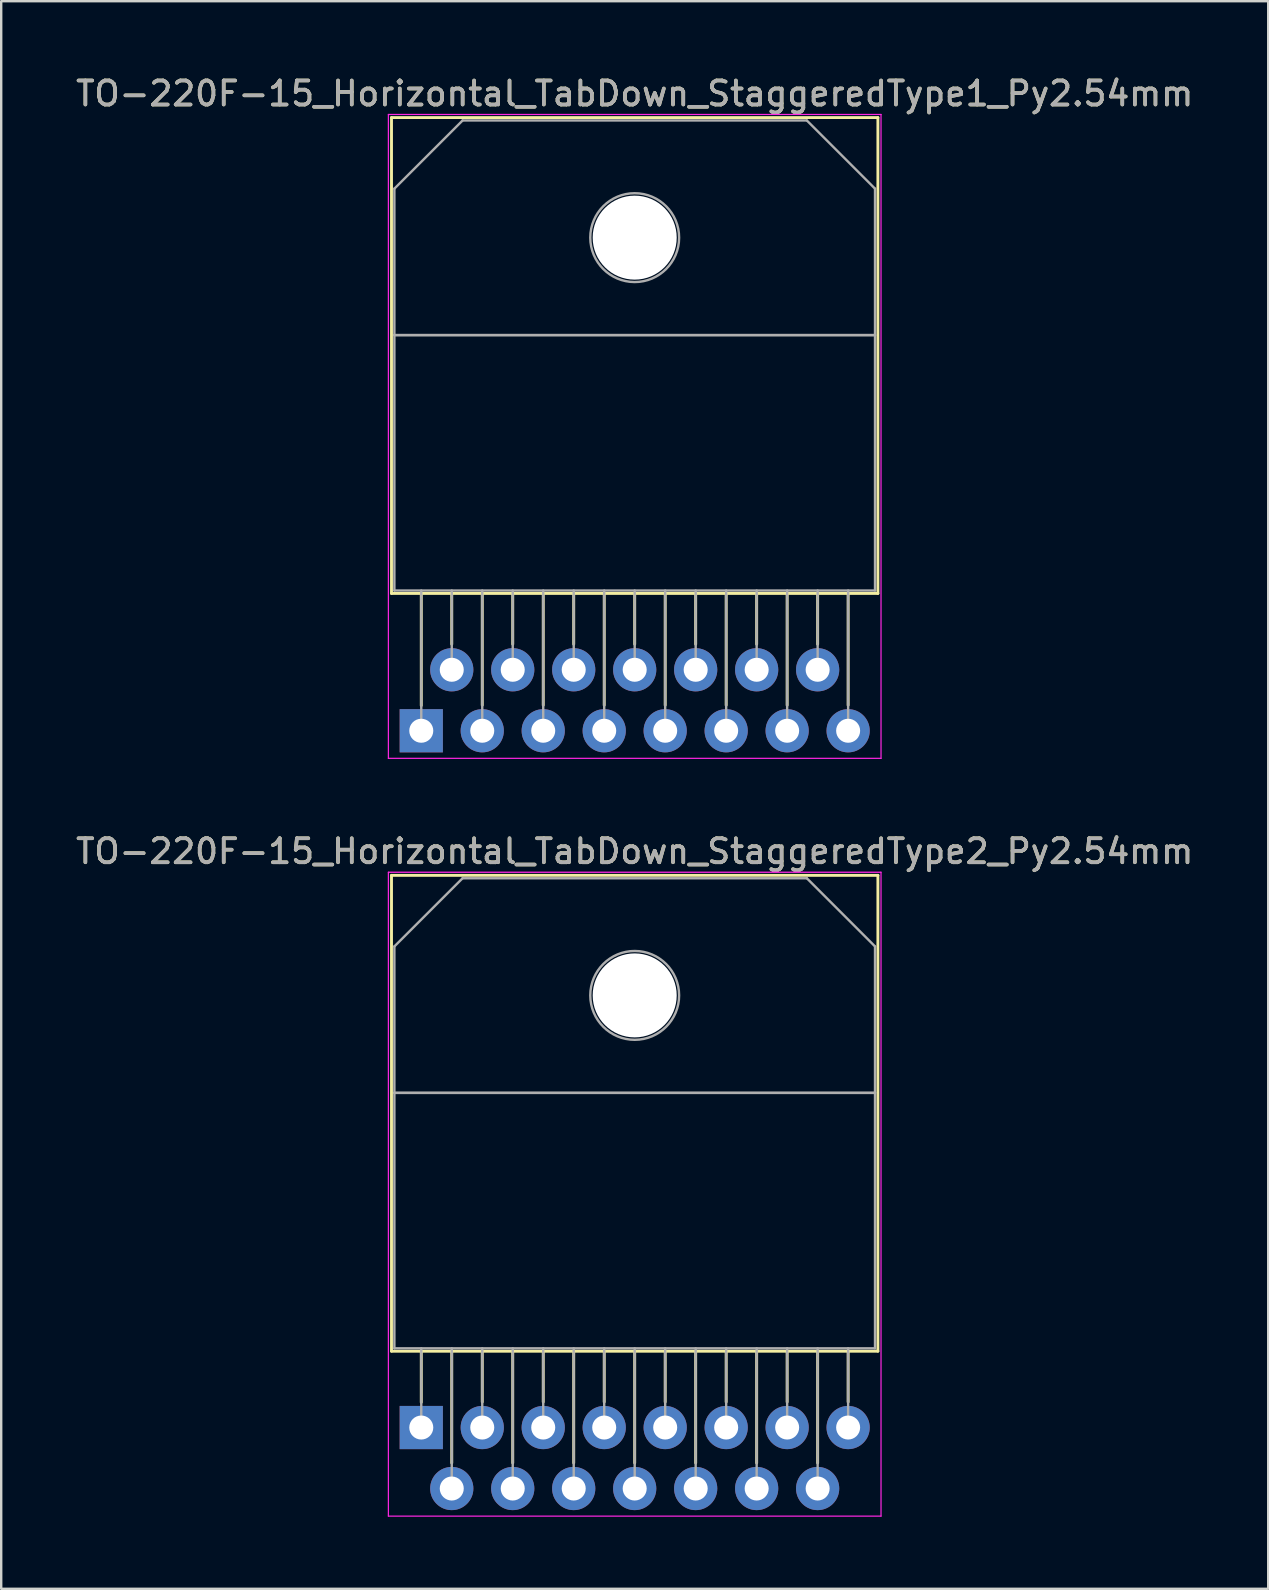
<source format=kicad_pcb>
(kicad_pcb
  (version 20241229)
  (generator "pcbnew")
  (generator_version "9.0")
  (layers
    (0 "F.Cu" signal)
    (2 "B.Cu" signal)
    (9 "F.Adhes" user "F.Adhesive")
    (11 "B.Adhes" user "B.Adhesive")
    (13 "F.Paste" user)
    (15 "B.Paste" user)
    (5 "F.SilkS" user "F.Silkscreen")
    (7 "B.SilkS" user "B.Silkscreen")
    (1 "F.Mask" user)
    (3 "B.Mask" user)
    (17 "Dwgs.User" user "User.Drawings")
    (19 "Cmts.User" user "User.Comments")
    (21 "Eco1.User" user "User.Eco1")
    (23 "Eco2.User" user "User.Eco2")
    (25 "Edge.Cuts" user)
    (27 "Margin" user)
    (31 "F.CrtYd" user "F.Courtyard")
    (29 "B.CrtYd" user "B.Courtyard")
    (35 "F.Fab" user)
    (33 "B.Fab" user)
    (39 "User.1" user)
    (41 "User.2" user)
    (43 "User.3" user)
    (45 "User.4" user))
  (footprint "TO-220F-15_Horizontal_TabDown_StaggeredType2_Py2.54mm"
    (layer "F.Cu")
    (at 14.497 56.411)
    (property "Reference" "TO-220F-15_Horizontal_TabDown_StaggeredType2_Py2.54mm" (at 8.89 -24 0) (layer "F.SilkS") (effects (font (size 1 1) (thickness 0.15))))
    (attr through_hole)
    (fp_line (start -1.24 -23) (end -1.24 -3.18) (stroke (width 0.12) (type solid)) (layer "F.SilkS"))
    (fp_line (start -1.24 -23) (end 19.02 -23) (stroke (width 0.12) (type solid)) (layer "F.SilkS"))
    (fp_line (start -1.24 -3.18) (end 19.02 -3.18) (stroke (width 0.12) (type solid)) (layer "F.SilkS"))
    (fp_line (start 0 -3.18) (end 0 -1.05) (stroke (width 0.12) (type solid)) (layer "F.SilkS"))
    (fp_line (start 1.27 -3.18) (end 1.27 1.475) (stroke (width 0.12) (type solid)) (layer "F.SilkS"))
    (fp_line (start 2.54 -3.18) (end 2.54 -1.066) (stroke (width 0.12) (type solid)) (layer "F.SilkS"))
    (fp_line (start 3.81 -3.18) (end 3.81 1.475) (stroke (width 0.12) (type solid)) (layer "F.SilkS"))
    (fp_line (start 5.08 -3.18) (end 5.08 -1.066) (stroke (width 0.12) (type solid)) (layer "F.SilkS"))
    (fp_line (start 6.35 -3.18) (end 6.35 1.475) (stroke (width 0.12) (type solid)) (layer "F.SilkS"))
    (fp_line (start 7.62 -3.18) (end 7.62 -1.066) (stroke (width 0.12) (type solid)) (layer "F.SilkS"))
    (fp_line (start 8.89 -3.18) (end 8.89 1.475) (stroke (width 0.12) (type solid)) (layer "F.SilkS"))
    (fp_line (start 10.16 -3.18) (end 10.16 -1.066) (stroke (width 0.12) (type solid)) (layer "F.SilkS"))
    (fp_line (start 11.43 -3.18) (end 11.43 1.475) (stroke (width 0.12) (type solid)) (layer "F.SilkS"))
    (fp_line (start 12.7 -3.18) (end 12.7 -1.066) (stroke (width 0.12) (type solid)) (layer "F.SilkS"))
    (fp_line (start 13.97 -3.18) (end 13.97 1.475) (stroke (width 0.12) (type solid)) (layer "F.SilkS"))
    (fp_line (start 15.24 -3.18) (end 15.24 -1.066) (stroke (width 0.12) (type solid)) (layer "F.SilkS"))
    (fp_line (start 16.51 -3.18) (end 16.51 1.475) (stroke (width 0.12) (type solid)) (layer "F.SilkS"))
    (fp_line (start 17.78 -3.18) (end 17.78 -1.066) (stroke (width 0.12) (type solid)) (layer "F.SilkS"))
    (fp_line (start 19.02 -23) (end 19.02 -3.18) (stroke (width 0.12) (type solid)) (layer "F.SilkS"))
    (fp_line (start -1.37 -23.13) (end -1.37 3.69) (stroke (width 0.05) (type solid)) (layer "F.CrtYd"))
    (fp_line (start -1.37 3.69) (end 19.15 3.69) (stroke (width 0.05) (type solid)) (layer "F.CrtYd"))
    (fp_line (start 19.15 -23.13) (end -1.37 -23.13) (stroke (width 0.05) (type solid)) (layer "F.CrtYd"))
    (fp_line (start 19.15 3.69) (end 19.15 -23.13) (stroke (width 0.05) (type solid)) (layer "F.CrtYd"))
    (fp_line (start -1.12 -20.04) (end 1.721 -22.88) (stroke (width 0.1) (type solid)) (layer "F.Fab"))
    (fp_line (start -1.12 -13.941) (end -1.12 -20.04) (stroke (width 0.1) (type solid)) (layer "F.Fab"))
    (fp_line (start -1.12 -13.94) (end 18.9 -13.94) (stroke (width 0.1) (type solid)) (layer "F.Fab"))
    (fp_line (start -1.12 -3.3) (end -1.12 -13.94) (stroke (width 0.1) (type solid)) (layer "F.Fab"))
    (fp_line (start 0 -3.3) (end 0 0) (stroke (width 0.1) (type solid)) (layer "F.Fab"))
    (fp_line (start 1.27 -3.3) (end 1.27 2.54) (stroke (width 0.1) (type solid)) (layer "F.Fab"))
    (fp_line (start 1.721 -22.88) (end 16.06 -22.88) (stroke (width 0.1) (type solid)) (layer "F.Fab"))
    (fp_line (start 2.54 -3.3) (end 2.54 0) (stroke (width 0.1) (type solid)) (layer "F.Fab"))
    (fp_line (start 3.81 -3.3) (end 3.81 2.54) (stroke (width 0.1) (type solid)) (layer "F.Fab"))
    (fp_line (start 5.08 -3.3) (end 5.08 0) (stroke (width 0.1) (type solid)) (layer "F.Fab"))
    (fp_line (start 6.35 -3.3) (end 6.35 2.54) (stroke (width 0.1) (type solid)) (layer "F.Fab"))
    (fp_line (start 7.62 -3.3) (end 7.62 0) (stroke (width 0.1) (type solid)) (layer "F.Fab"))
    (fp_line (start 8.89 -3.3) (end 8.89 2.54) (stroke (width 0.1) (type solid)) (layer "F.Fab"))
    (fp_line (start 10.16 -3.3) (end 10.16 0) (stroke (width 0.1) (type solid)) (layer "F.Fab"))
    (fp_line (start 11.43 -3.3) (end 11.43 2.54) (stroke (width 0.1) (type solid)) (layer "F.Fab"))
    (fp_line (start 12.7 -3.3) (end 12.7 0) (stroke (width 0.1) (type solid)) (layer "F.Fab"))
    (fp_line (start 13.97 -3.3) (end 13.97 2.54) (stroke (width 0.1) (type solid)) (layer "F.Fab"))
    (fp_line (start 15.24 -3.3) (end 15.24 0) (stroke (width 0.1) (type solid)) (layer "F.Fab"))
    (fp_line (start 16.06 -22.88) (end 18.9 -20.04) (stroke (width 0.1) (type solid)) (layer "F.Fab"))
    (fp_line (start 16.51 -3.3) (end 16.51 2.54) (stroke (width 0.1) (type solid)) (layer "F.Fab"))
    (fp_line (start 17.78 -3.3) (end 17.78 0) (stroke (width 0.1) (type solid)) (layer "F.Fab"))
    (fp_line (start 18.9 -20.04) (end 18.9 -13.941) (stroke (width 0.1) (type solid)) (layer "F.Fab"))
    (fp_line (start 18.9 -13.941) (end -1.12 -13.941) (stroke (width 0.1) (type solid)) (layer "F.Fab"))
    (fp_line (start 18.9 -13.94) (end 18.9 -3.3) (stroke (width 0.1) (type solid)) (layer "F.Fab"))
    (fp_line (start 18.9 -3.3) (end -1.12 -3.3) (stroke (width 0.1) (type solid)) (layer "F.Fab"))
    (fp_circle (center 8.89 -18) (end 10.74 -18) (stroke (width 0.1) (type solid)) (fill no) (layer "F.Fab"))
    (fp_text user "${REFERENCE}" (at 8.89 -24 0) (layer "F.Fab") (effects (font (size 1 1) (thickness 0.15))))
    (pad "" np_thru_hole oval (at 8.89 -18) (size 3.5 3.5) (drill 3.5) (layers "*.Cu" "*.Mask"))
    (pad "1" thru_hole rect (at 0 0) (size 1.8 1.8) (drill 1) (layers "*.Cu" "*.Mask"))
    (pad "2" thru_hole oval (at 1.27 2.54) (size 1.8 1.8) (drill 1) (layers "*.Cu" "*.Mask"))
    (pad "3" thru_hole oval (at 2.54 0) (size 1.8 1.8) (drill 1) (layers "*.Cu" "*.Mask"))
    (pad "4" thru_hole oval (at 3.81 2.54) (size 1.8 1.8) (drill 1) (layers "*.Cu" "*.Mask"))
    (pad "5" thru_hole oval (at 5.08 0) (size 1.8 1.8) (drill 1) (layers "*.Cu" "*.Mask"))
    (pad "6" thru_hole oval (at 6.35 2.54) (size 1.8 1.8) (drill 1) (layers "*.Cu" "*.Mask"))
    (pad "7" thru_hole oval (at 7.62 0) (size 1.8 1.8) (drill 1) (layers "*.Cu" "*.Mask"))
    (pad "8" thru_hole oval (at 8.89 2.54) (size 1.8 1.8) (drill 1) (layers "*.Cu" "*.Mask"))
    (pad "9" thru_hole oval (at 10.16 0) (size 1.8 1.8) (drill 1) (layers "*.Cu" "*.Mask"))
    (pad "10" thru_hole oval (at 11.43 2.54) (size 1.8 1.8) (drill 1) (layers "*.Cu" "*.Mask"))
    (pad "11" thru_hole oval (at 12.7 0) (size 1.8 1.8) (drill 1) (layers "*.Cu" "*.Mask"))
    (pad "12" thru_hole oval (at 13.97 2.54) (size 1.8 1.8) (drill 1) (layers "*.Cu" "*.Mask"))
    (pad "13" thru_hole oval (at 15.24 0) (size 1.8 1.8) (drill 1) (layers "*.Cu" "*.Mask"))
    (pad "14" thru_hole oval (at 16.51 2.54) (size 1.8 1.8) (drill 1) (layers "*.Cu" "*.Mask"))
    (pad "15" thru_hole oval (at 17.78 0) (size 1.8 1.8) (drill 1) (layers "*.Cu" "*.Mask")))
  (footprint "TO-220F-15_Horizontal_TabDown_StaggeredType1_Py2.54mm"
    (layer "F.Cu")
    (at 14.497 27.388)
    (property "Reference" "TO-220F-15_Horizontal_TabDown_StaggeredType1_Py2.54mm" (at 8.89 -26.54 0) (layer "F.SilkS") (effects (font (size 1 1) (thickness 0.15))))
    (attr through_hole)
    (fp_line (start -1.24 -25.54) (end -1.24 -5.72) (stroke (width 0.12) (type solid)) (layer "F.SilkS"))
    (fp_line (start -1.24 -25.54) (end 19.02 -25.54) (stroke (width 0.12) (type solid)) (layer "F.SilkS"))
    (fp_line (start -1.24 -5.72) (end 19.02 -5.72) (stroke (width 0.12) (type solid)) (layer "F.SilkS"))
    (fp_line (start 0 -5.72) (end 0 -1.05) (stroke (width 0.12) (type solid)) (layer "F.SilkS"))
    (fp_line (start 1.27 -5.72) (end 1.27 -3.606) (stroke (width 0.12) (type solid)) (layer "F.SilkS"))
    (fp_line (start 2.54 -5.72) (end 2.54 -1.065) (stroke (width 0.12) (type solid)) (layer "F.SilkS"))
    (fp_line (start 3.81 -5.72) (end 3.81 -3.606) (stroke (width 0.12) (type solid)) (layer "F.SilkS"))
    (fp_line (start 5.08 -5.72) (end 5.08 -1.065) (stroke (width 0.12) (type solid)) (layer "F.SilkS"))
    (fp_line (start 6.35 -5.72) (end 6.35 -3.606) (stroke (width 0.12) (type solid)) (layer "F.SilkS"))
    (fp_line (start 7.62 -5.72) (end 7.62 -1.065) (stroke (width 0.12) (type solid)) (layer "F.SilkS"))
    (fp_line (start 8.89 -5.72) (end 8.89 -3.606) (stroke (width 0.12) (type solid)) (layer "F.SilkS"))
    (fp_line (start 10.16 -5.72) (end 10.16 -1.065) (stroke (width 0.12) (type solid)) (layer "F.SilkS"))
    (fp_line (start 11.43 -5.72) (end 11.43 -3.606) (stroke (width 0.12) (type solid)) (layer "F.SilkS"))
    (fp_line (start 12.7 -5.72) (end 12.7 -1.065) (stroke (width 0.12) (type solid)) (layer "F.SilkS"))
    (fp_line (start 13.97 -5.72) (end 13.97 -3.606) (stroke (width 0.12) (type solid)) (layer "F.SilkS"))
    (fp_line (start 15.24 -5.72) (end 15.24 -1.065) (stroke (width 0.12) (type solid)) (layer "F.SilkS"))
    (fp_line (start 16.51 -5.72) (end 16.51 -3.606) (stroke (width 0.12) (type solid)) (layer "F.SilkS"))
    (fp_line (start 17.78 -5.72) (end 17.78 -1.065) (stroke (width 0.12) (type solid)) (layer "F.SilkS"))
    (fp_line (start 19.02 -25.54) (end 19.02 -5.72) (stroke (width 0.12) (type solid)) (layer "F.SilkS"))
    (fp_line (start -1.37 -25.67) (end -1.37 1.15) (stroke (width 0.05) (type solid)) (layer "F.CrtYd"))
    (fp_line (start -1.37 1.15) (end 19.15 1.15) (stroke (width 0.05) (type solid)) (layer "F.CrtYd"))
    (fp_line (start 19.15 -25.67) (end -1.37 -25.67) (stroke (width 0.05) (type solid)) (layer "F.CrtYd"))
    (fp_line (start 19.15 1.15) (end 19.15 -25.67) (stroke (width 0.05) (type solid)) (layer "F.CrtYd"))
    (fp_line (start -1.12 -22.58) (end 1.721 -25.42) (stroke (width 0.1) (type solid)) (layer "F.Fab"))
    (fp_line (start -1.12 -16.481) (end -1.12 -22.58) (stroke (width 0.1) (type solid)) (layer "F.Fab"))
    (fp_line (start -1.12 -16.48) (end 18.9 -16.48) (stroke (width 0.1) (type solid)) (layer "F.Fab"))
    (fp_line (start -1.12 -5.84) (end -1.12 -16.48) (stroke (width 0.1) (type solid)) (layer "F.Fab"))
    (fp_line (start 0 -5.84) (end 0 0) (stroke (width 0.1) (type solid)) (layer "F.Fab"))
    (fp_line (start 1.27 -5.84) (end 1.27 -2.54) (stroke (width 0.1) (type solid)) (layer "F.Fab"))
    (fp_line (start 1.721 -25.42) (end 16.06 -25.42) (stroke (width 0.1) (type solid)) (layer "F.Fab"))
    (fp_line (start 2.54 -5.84) (end 2.54 0) (stroke (width 0.1) (type solid)) (layer "F.Fab"))
    (fp_line (start 3.81 -5.84) (end 3.81 -2.54) (stroke (width 0.1) (type solid)) (layer "F.Fab"))
    (fp_line (start 5.08 -5.84) (end 5.08 0) (stroke (width 0.1) (type solid)) (layer "F.Fab"))
    (fp_line (start 6.35 -5.84) (end 6.35 -2.54) (stroke (width 0.1) (type solid)) (layer "F.Fab"))
    (fp_line (start 7.62 -5.84) (end 7.62 0) (stroke (width 0.1) (type solid)) (layer "F.Fab"))
    (fp_line (start 8.89 -5.84) (end 8.89 -2.54) (stroke (width 0.1) (type solid)) (layer "F.Fab"))
    (fp_line (start 10.16 -5.84) (end 10.16 0) (stroke (width 0.1) (type solid)) (layer "F.Fab"))
    (fp_line (start 11.43 -5.84) (end 11.43 -2.54) (stroke (width 0.1) (type solid)) (layer "F.Fab"))
    (fp_line (start 12.7 -5.84) (end 12.7 0) (stroke (width 0.1) (type solid)) (layer "F.Fab"))
    (fp_line (start 13.97 -5.84) (end 13.97 -2.54) (stroke (width 0.1) (type solid)) (layer "F.Fab"))
    (fp_line (start 15.24 -5.84) (end 15.24 0) (stroke (width 0.1) (type solid)) (layer "F.Fab"))
    (fp_line (start 16.06 -25.42) (end 18.9 -22.58) (stroke (width 0.1) (type solid)) (layer "F.Fab"))
    (fp_line (start 16.51 -5.84) (end 16.51 -2.54) (stroke (width 0.1) (type solid)) (layer "F.Fab"))
    (fp_line (start 17.78 -5.84) (end 17.78 0) (stroke (width 0.1) (type solid)) (layer "F.Fab"))
    (fp_line (start 18.9 -22.58) (end 18.9 -16.481) (stroke (width 0.1) (type solid)) (layer "F.Fab"))
    (fp_line (start 18.9 -16.481) (end -1.12 -16.481) (stroke (width 0.1) (type solid)) (layer "F.Fab"))
    (fp_line (start 18.9 -16.48) (end 18.9 -5.84) (stroke (width 0.1) (type solid)) (layer "F.Fab"))
    (fp_line (start 18.9 -5.84) (end -1.12 -5.84) (stroke (width 0.1) (type solid)) (layer "F.Fab"))
    (fp_circle (center 8.89 -20.54) (end 10.74 -20.54) (stroke (width 0.1) (type solid)) (fill no) (layer "F.Fab"))
    (fp_text user "${REFERENCE}" (at 8.89 -26.54 0) (layer "F.Fab") (effects (font (size 1 1) (thickness 0.15))))
    (pad "" np_thru_hole oval (at 8.89 -20.54) (size 3.5 3.5) (drill 3.5) (layers "*.Cu" "*.Mask"))
    (pad "1" thru_hole rect (at 0 0) (size 1.8 1.8) (drill 1) (layers "*.Cu" "*.Mask"))
    (pad "2" thru_hole oval (at 1.27 -2.54) (size 1.8 1.8) (drill 1) (layers "*.Cu" "*.Mask"))
    (pad "3" thru_hole oval (at 2.54 0) (size 1.8 1.8) (drill 1) (layers "*.Cu" "*.Mask"))
    (pad "4" thru_hole oval (at 3.81 -2.54) (size 1.8 1.8) (drill 1) (layers "*.Cu" "*.Mask"))
    (pad "5" thru_hole oval (at 5.08 0) (size 1.8 1.8) (drill 1) (layers "*.Cu" "*.Mask"))
    (pad "6" thru_hole oval (at 6.35 -2.54) (size 1.8 1.8) (drill 1) (layers "*.Cu" "*.Mask"))
    (pad "7" thru_hole oval (at 7.62 0) (size 1.8 1.8) (drill 1) (layers "*.Cu" "*.Mask"))
    (pad "8" thru_hole oval (at 8.89 -2.54) (size 1.8 1.8) (drill 1) (layers "*.Cu" "*.Mask"))
    (pad "9" thru_hole oval (at 10.16 0) (size 1.8 1.8) (drill 1) (layers "*.Cu" "*.Mask"))
    (pad "10" thru_hole oval (at 11.43 -2.54) (size 1.8 1.8) (drill 1) (layers "*.Cu" "*.Mask"))
    (pad "11" thru_hole oval (at 12.7 0) (size 1.8 1.8) (drill 1) (layers "*.Cu" "*.Mask"))
    (pad "12" thru_hole oval (at 13.97 -2.54) (size 1.8 1.8) (drill 1) (layers "*.Cu" "*.Mask"))
    (pad "13" thru_hole oval (at 15.24 0) (size 1.8 1.8) (drill 1) (layers "*.Cu" "*.Mask"))
    (pad "14" thru_hole oval (at 16.51 -2.54) (size 1.8 1.8) (drill 1) (layers "*.Cu" "*.Mask"))
    (pad "15" thru_hole oval (at 17.78 0) (size 1.8 1.8) (drill 1) (layers "*.Cu" "*.Mask")))
  (gr_rect
    (start -3 -3)
    (end 49.774 63.127)
    (stroke (width 0.1) (type default))
    (fill no)
    (layer "Edge.Cuts")))
</source>
